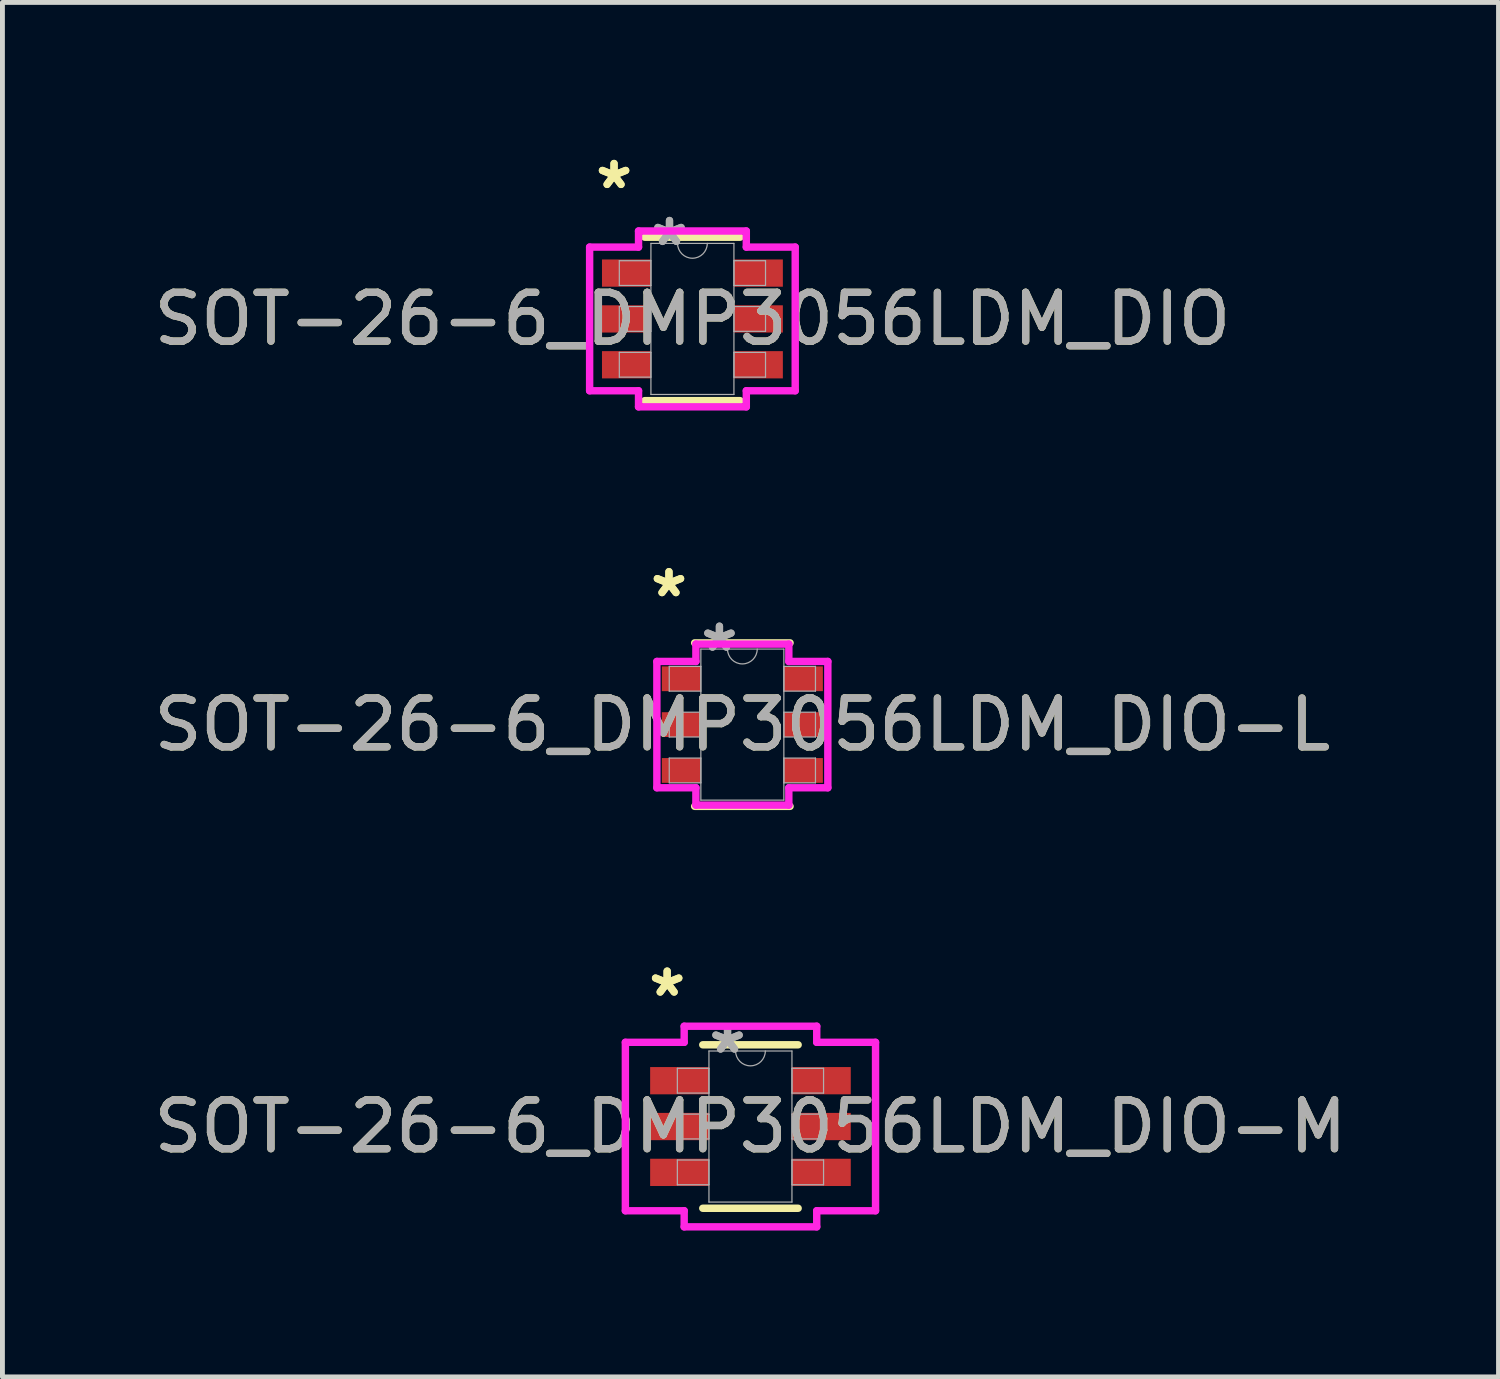
<source format=kicad_pcb>
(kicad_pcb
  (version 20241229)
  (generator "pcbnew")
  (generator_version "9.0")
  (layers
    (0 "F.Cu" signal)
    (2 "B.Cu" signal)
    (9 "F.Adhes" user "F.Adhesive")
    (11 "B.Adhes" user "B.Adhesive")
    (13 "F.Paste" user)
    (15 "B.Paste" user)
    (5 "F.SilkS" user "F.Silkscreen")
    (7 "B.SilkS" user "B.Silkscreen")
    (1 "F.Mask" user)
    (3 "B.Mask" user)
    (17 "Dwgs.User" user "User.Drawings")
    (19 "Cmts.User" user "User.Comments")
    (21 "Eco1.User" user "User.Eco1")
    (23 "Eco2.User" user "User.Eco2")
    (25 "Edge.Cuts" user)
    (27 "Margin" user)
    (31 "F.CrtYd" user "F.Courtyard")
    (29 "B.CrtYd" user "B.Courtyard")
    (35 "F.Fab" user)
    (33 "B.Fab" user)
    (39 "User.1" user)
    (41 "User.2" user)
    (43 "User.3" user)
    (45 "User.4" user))
  (footprint "SOT-26-6_DMP3056LDM_DIO-L"
    (layer "F.Cu")
    (at 12.173 11.809)
    (property "Reference" "SOT-26-6_DMP3056LDM_DIO-L" (at 0 0 0) (unlocked yes) (layer "F.SilkS") (effects (font (size 1 1) (thickness 0.15))))
    (attr smd)
    (fp_line (start -0.978 1.676) (end 0.978 1.676) (stroke (width 0.152) (type solid)) (layer "F.SilkS"))
    (fp_line (start 0.978 -1.676) (end -0.978 -1.676) (stroke (width 0.152) (type solid)) (layer "F.SilkS"))
    (fp_line (start -1.753 -1.295) (end -0.953 -1.295) (stroke (width 0.152) (type solid)) (layer "F.CrtYd"))
    (fp_line (start -1.753 1.295) (end -1.753 -1.295) (stroke (width 0.152) (type solid)) (layer "F.CrtYd"))
    (fp_line (start -1.753 1.295) (end -0.953 1.295) (stroke (width 0.152) (type solid)) (layer "F.CrtYd"))
    (fp_line (start -0.953 -1.651) (end 0.953 -1.651) (stroke (width 0.152) (type solid)) (layer "F.CrtYd"))
    (fp_line (start -0.953 -1.295) (end -0.953 -1.651) (stroke (width 0.152) (type solid)) (layer "F.CrtYd"))
    (fp_line (start -0.953 1.651) (end -0.953 1.295) (stroke (width 0.152) (type solid)) (layer "F.CrtYd"))
    (fp_line (start 0.953 -1.651) (end 0.953 -1.295) (stroke (width 0.152) (type solid)) (layer "F.CrtYd"))
    (fp_line (start 0.953 1.295) (end 0.953 1.651) (stroke (width 0.152) (type solid)) (layer "F.CrtYd"))
    (fp_line (start 0.953 1.651) (end -0.953 1.651) (stroke (width 0.152) (type solid)) (layer "F.CrtYd"))
    (fp_line (start 1.753 -1.295) (end 0.953 -1.295) (stroke (width 0.152) (type solid)) (layer "F.CrtYd"))
    (fp_line (start 1.753 -1.295) (end 1.753 1.295) (stroke (width 0.152) (type solid)) (layer "F.CrtYd"))
    (fp_line (start 1.753 1.295) (end 0.953 1.295) (stroke (width 0.152) (type solid)) (layer "F.CrtYd"))
    (fp_line (start -1.499 -1.194) (end -1.499 -0.686) (stroke (width 0.025) (type solid)) (layer "F.Fab"))
    (fp_line (start -1.499 -0.686) (end -0.851 -0.686) (stroke (width 0.025) (type solid)) (layer "F.Fab"))
    (fp_line (start -1.499 -0.254) (end -1.499 0.254) (stroke (width 0.025) (type solid)) (layer "F.Fab"))
    (fp_line (start -1.499 0.254) (end -0.851 0.254) (stroke (width 0.025) (type solid)) (layer "F.Fab"))
    (fp_line (start -1.499 0.686) (end -1.499 1.194) (stroke (width 0.025) (type solid)) (layer "F.Fab"))
    (fp_line (start -1.499 1.194) (end -0.851 1.194) (stroke (width 0.025) (type solid)) (layer "F.Fab"))
    (fp_line (start -0.851 -1.549) (end -0.851 1.549) (stroke (width 0.025) (type solid)) (layer "F.Fab"))
    (fp_line (start -0.851 -1.194) (end -1.499 -1.194) (stroke (width 0.025) (type solid)) (layer "F.Fab"))
    (fp_line (start -0.851 -0.686) (end -0.851 -1.194) (stroke (width 0.025) (type solid)) (layer "F.Fab"))
    (fp_line (start -0.851 -0.254) (end -1.499 -0.254) (stroke (width 0.025) (type solid)) (layer "F.Fab"))
    (fp_line (start -0.851 0.254) (end -0.851 -0.254) (stroke (width 0.025) (type solid)) (layer "F.Fab"))
    (fp_line (start -0.851 0.686) (end -1.499 0.686) (stroke (width 0.025) (type solid)) (layer "F.Fab"))
    (fp_line (start -0.851 1.194) (end -0.851 0.686) (stroke (width 0.025) (type solid)) (layer "F.Fab"))
    (fp_line (start -0.851 1.549) (end 0.851 1.549) (stroke (width 0.025) (type solid)) (layer "F.Fab"))
    (fp_line (start 0.851 -1.549) (end -0.851 -1.549) (stroke (width 0.025) (type solid)) (layer "F.Fab"))
    (fp_line (start 0.851 -1.194) (end 0.851 -0.686) (stroke (width 0.025) (type solid)) (layer "F.Fab"))
    (fp_line (start 0.851 -0.686) (end 1.499 -0.686) (stroke (width 0.025) (type solid)) (layer "F.Fab"))
    (fp_line (start 0.851 -0.254) (end 0.851 0.254) (stroke (width 0.025) (type solid)) (layer "F.Fab"))
    (fp_line (start 0.851 0.254) (end 1.499 0.254) (stroke (width 0.025) (type solid)) (layer "F.Fab"))
    (fp_line (start 0.851 0.686) (end 0.851 1.194) (stroke (width 0.025) (type solid)) (layer "F.Fab"))
    (fp_line (start 0.851 1.194) (end 1.499 1.194) (stroke (width 0.025) (type solid)) (layer "F.Fab"))
    (fp_line (start 0.851 1.549) (end 0.851 -1.549) (stroke (width 0.025) (type solid)) (layer "F.Fab"))
    (fp_line (start 1.499 -1.194) (end 0.851 -1.194) (stroke (width 0.025) (type solid)) (layer "F.Fab"))
    (fp_line (start 1.499 -0.686) (end 1.499 -1.194) (stroke (width 0.025) (type solid)) (layer "F.Fab"))
    (fp_line (start 1.499 -0.254) (end 0.851 -0.254) (stroke (width 0.025) (type solid)) (layer "F.Fab"))
    (fp_line (start 1.499 0.254) (end 1.499 -0.254) (stroke (width 0.025) (type solid)) (layer "F.Fab"))
    (fp_line (start 1.499 0.686) (end 0.851 0.686) (stroke (width 0.025) (type solid)) (layer "F.Fab"))
    (fp_line (start 1.499 1.194) (end 1.499 0.686) (stroke (width 0.025) (type solid)) (layer "F.Fab"))
    (fp_arc (start 0.3048 -1.5494) (mid 0 -1.2446) (end -0.3048 -1.5494) (stroke (width 0.0254) (type solid)) (layer "F.Fab"))
    (fp_text user "*" (at -1.505 -2.591 0) (layer "F.SilkS") (effects (font (size 1 1) (thickness 0.15))))
    (fp_text user "*" (at -1.505 -2.591 0) (unlocked yes) (layer "F.SilkS") (effects (font (size 1 1) (thickness 0.15))))
    (fp_text user "*" (at -0.47 -1.473 0) (unlocked yes) (layer "F.Fab") (effects (font (size 1 1) (thickness 0.15))))
    (fp_text user "${REFERENCE}" (at 0 0 0) (unlocked yes) (layer "F.Fab") (effects (font (size 1 1) (thickness 0.15))))
    (fp_text user "*" (at -0.47 -1.473 0) (layer "F.Fab") (effects (font (size 1 1) (thickness 0.15))))
    (pad "1" smd rect (at -1.251 -0.94) (size 0.8 0.508) (layers "F.Cu" "F.Mask" "F.Paste"))
    (pad "2" smd rect (at -1.251 0) (size 0.8 0.508) (layers "F.Cu" "F.Mask" "F.Paste"))
    (pad "3" smd rect (at -1.251 0.94) (size 0.8 0.508) (layers "F.Cu" "F.Mask" "F.Paste"))
    (pad "4" smd rect (at 1.251 0.94) (size 0.8 0.508) (layers "F.Cu" "F.Mask" "F.Paste"))
    (pad "5" smd rect (at 1.251 0) (size 0.8 0.508) (layers "F.Cu" "F.Mask" "F.Paste"))
    (pad "6" smd rect (at 1.251 -0.94) (size 0.8 0.508) (layers "F.Cu" "F.Mask" "F.Paste")))
  (footprint "SOT-26-6_DMP3056LDM_DIO"
    (layer "F.Cu")
    (at 11.149 3.49)
    (property "Reference" "SOT-26-6_DMP3056LDM_DIO" (at 0 0 0) (unlocked yes) (layer "F.SilkS") (effects (font (size 1 1) (thickness 0.15))))
    (attr smd)
    (fp_line (start -0.978 1.676) (end 0.978 1.676) (stroke (width 0.152) (type solid)) (layer "F.SilkS"))
    (fp_line (start 0.978 -1.676) (end -0.978 -1.676) (stroke (width 0.152) (type solid)) (layer "F.SilkS"))
    (fp_line (start -2.108 -1.473) (end -1.105 -1.473) (stroke (width 0.152) (type solid)) (layer "F.CrtYd"))
    (fp_line (start -2.108 1.473) (end -2.108 -1.473) (stroke (width 0.152) (type solid)) (layer "F.CrtYd"))
    (fp_line (start -2.108 1.473) (end -1.105 1.473) (stroke (width 0.152) (type solid)) (layer "F.CrtYd"))
    (fp_line (start -1.105 -1.803) (end 1.105 -1.803) (stroke (width 0.152) (type solid)) (layer "F.CrtYd"))
    (fp_line (start -1.105 -1.473) (end -1.105 -1.803) (stroke (width 0.152) (type solid)) (layer "F.CrtYd"))
    (fp_line (start -1.105 1.803) (end -1.105 1.473) (stroke (width 0.152) (type solid)) (layer "F.CrtYd"))
    (fp_line (start 1.105 -1.803) (end 1.105 -1.473) (stroke (width 0.152) (type solid)) (layer "F.CrtYd"))
    (fp_line (start 1.105 1.473) (end 1.105 1.803) (stroke (width 0.152) (type solid)) (layer "F.CrtYd"))
    (fp_line (start 1.105 1.803) (end -1.105 1.803) (stroke (width 0.152) (type solid)) (layer "F.CrtYd"))
    (fp_line (start 2.108 -1.473) (end 1.105 -1.473) (stroke (width 0.152) (type solid)) (layer "F.CrtYd"))
    (fp_line (start 2.108 -1.473) (end 2.108 1.473) (stroke (width 0.152) (type solid)) (layer "F.CrtYd"))
    (fp_line (start 2.108 1.473) (end 1.105 1.473) (stroke (width 0.152) (type solid)) (layer "F.CrtYd"))
    (fp_line (start -1.499 -1.194) (end -1.499 -0.686) (stroke (width 0.025) (type solid)) (layer "F.Fab"))
    (fp_line (start -1.499 -0.686) (end -0.851 -0.686) (stroke (width 0.025) (type solid)) (layer "F.Fab"))
    (fp_line (start -1.499 -0.254) (end -1.499 0.254) (stroke (width 0.025) (type solid)) (layer "F.Fab"))
    (fp_line (start -1.499 0.254) (end -0.851 0.254) (stroke (width 0.025) (type solid)) (layer "F.Fab"))
    (fp_line (start -1.499 0.686) (end -1.499 1.194) (stroke (width 0.025) (type solid)) (layer "F.Fab"))
    (fp_line (start -1.499 1.194) (end -0.851 1.194) (stroke (width 0.025) (type solid)) (layer "F.Fab"))
    (fp_line (start -0.851 -1.549) (end -0.851 1.549) (stroke (width 0.025) (type solid)) (layer "F.Fab"))
    (fp_line (start -0.851 -1.194) (end -1.499 -1.194) (stroke (width 0.025) (type solid)) (layer "F.Fab"))
    (fp_line (start -0.851 -0.686) (end -0.851 -1.194) (stroke (width 0.025) (type solid)) (layer "F.Fab"))
    (fp_line (start -0.851 -0.254) (end -1.499 -0.254) (stroke (width 0.025) (type solid)) (layer "F.Fab"))
    (fp_line (start -0.851 0.254) (end -0.851 -0.254) (stroke (width 0.025) (type solid)) (layer "F.Fab"))
    (fp_line (start -0.851 0.686) (end -1.499 0.686) (stroke (width 0.025) (type solid)) (layer "F.Fab"))
    (fp_line (start -0.851 1.194) (end -0.851 0.686) (stroke (width 0.025) (type solid)) (layer "F.Fab"))
    (fp_line (start -0.851 1.549) (end 0.851 1.549) (stroke (width 0.025) (type solid)) (layer "F.Fab"))
    (fp_line (start 0.851 -1.549) (end -0.851 -1.549) (stroke (width 0.025) (type solid)) (layer "F.Fab"))
    (fp_line (start 0.851 -1.194) (end 0.851 -0.686) (stroke (width 0.025) (type solid)) (layer "F.Fab"))
    (fp_line (start 0.851 -0.686) (end 1.499 -0.686) (stroke (width 0.025) (type solid)) (layer "F.Fab"))
    (fp_line (start 0.851 -0.254) (end 0.851 0.254) (stroke (width 0.025) (type solid)) (layer "F.Fab"))
    (fp_line (start 0.851 0.254) (end 1.499 0.254) (stroke (width 0.025) (type solid)) (layer "F.Fab"))
    (fp_line (start 0.851 0.686) (end 0.851 1.194) (stroke (width 0.025) (type solid)) (layer "F.Fab"))
    (fp_line (start 0.851 1.194) (end 1.499 1.194) (stroke (width 0.025) (type solid)) (layer "F.Fab"))
    (fp_line (start 0.851 1.549) (end 0.851 -1.549) (stroke (width 0.025) (type solid)) (layer "F.Fab"))
    (fp_line (start 1.499 -1.194) (end 0.851 -1.194) (stroke (width 0.025) (type solid)) (layer "F.Fab"))
    (fp_line (start 1.499 -0.686) (end 1.499 -1.194) (stroke (width 0.025) (type solid)) (layer "F.Fab"))
    (fp_line (start 1.499 -0.254) (end 0.851 -0.254) (stroke (width 0.025) (type solid)) (layer "F.Fab"))
    (fp_line (start 1.499 0.254) (end 1.499 -0.254) (stroke (width 0.025) (type solid)) (layer "F.Fab"))
    (fp_line (start 1.499 0.686) (end 0.851 0.686) (stroke (width 0.025) (type solid)) (layer "F.Fab"))
    (fp_line (start 1.499 1.194) (end 1.499 0.686) (stroke (width 0.025) (type solid)) (layer "F.Fab"))
    (fp_arc (start 0.3048 -1.5494) (mid 0 -1.2446) (end -0.3048 -1.5494) (stroke (width 0.0254) (type solid)) (layer "F.Fab"))
    (fp_text user "*" (at -1.607 -2.642 0) (unlocked yes) (layer "F.SilkS") (effects (font (size 1 1) (thickness 0.15))))
    (fp_text user "*" (at -1.607 -2.642 0) (layer "F.SilkS") (effects (font (size 1 1) (thickness 0.15))))
    (fp_text user "*" (at -0.47 -1.473 0) (unlocked yes) (layer "F.Fab") (effects (font (size 1 1) (thickness 0.15))))
    (fp_text user "${REFERENCE}" (at 0 0 0) (unlocked yes) (layer "F.Fab") (effects (font (size 1 1) (thickness 0.15))))
    (fp_text user "*" (at -0.47 -1.473 0) (layer "F.Fab") (effects (font (size 1 1) (thickness 0.15))))
    (pad "1" smd rect (at -1.353 -0.94) (size 1.003 0.559) (layers "F.Cu" "F.Mask" "F.Paste"))
    (pad "2" smd rect (at -1.353 0) (size 1.003 0.559) (layers "F.Cu" "F.Mask" "F.Paste"))
    (pad "3" smd rect (at -1.353 0.94) (size 1.003 0.559) (layers "F.Cu" "F.Mask" "F.Paste"))
    (pad "4" smd rect (at 1.353 0.94) (size 1.003 0.559) (layers "F.Cu" "F.Mask" "F.Paste"))
    (pad "5" smd rect (at 1.353 0) (size 1.003 0.559) (layers "F.Cu" "F.Mask" "F.Paste"))
    (pad "6" smd rect (at 1.353 -0.94) (size 1.003 0.559) (layers "F.Cu" "F.Mask" "F.Paste")))
  (footprint "SOT-26-6_DMP3056LDM_DIO-M"
    (layer "F.Cu")
    (at 12.339 20.051)
    (property "Reference" "SOT-26-6_DMP3056LDM_DIO-M" (at 0 0 0) (unlocked yes) (layer "F.SilkS") (effects (font (size 1 1) (thickness 0.15))))
    (attr smd)
    (fp_line (start -0.978 1.676) (end 0.978 1.676) (stroke (width 0.152) (type solid)) (layer "F.SilkS"))
    (fp_line (start 0.978 -1.676) (end -0.978 -1.676) (stroke (width 0.152) (type solid)) (layer "F.SilkS"))
    (fp_line (start -2.565 -1.727) (end -1.359 -1.727) (stroke (width 0.152) (type solid)) (layer "F.CrtYd"))
    (fp_line (start -2.565 1.727) (end -2.565 -1.727) (stroke (width 0.152) (type solid)) (layer "F.CrtYd"))
    (fp_line (start -2.565 1.727) (end -1.359 1.727) (stroke (width 0.152) (type solid)) (layer "F.CrtYd"))
    (fp_line (start -1.359 -2.057) (end 1.359 -2.057) (stroke (width 0.152) (type solid)) (layer "F.CrtYd"))
    (fp_line (start -1.359 -1.727) (end -1.359 -2.057) (stroke (width 0.152) (type solid)) (layer "F.CrtYd"))
    (fp_line (start -1.359 2.057) (end -1.359 1.727) (stroke (width 0.152) (type solid)) (layer "F.CrtYd"))
    (fp_line (start 1.359 -2.057) (end 1.359 -1.727) (stroke (width 0.152) (type solid)) (layer "F.CrtYd"))
    (fp_line (start 1.359 1.727) (end 1.359 2.057) (stroke (width 0.152) (type solid)) (layer "F.CrtYd"))
    (fp_line (start 1.359 2.057) (end -1.359 2.057) (stroke (width 0.152) (type solid)) (layer "F.CrtYd"))
    (fp_line (start 2.565 -1.727) (end 1.359 -1.727) (stroke (width 0.152) (type solid)) (layer "F.CrtYd"))
    (fp_line (start 2.565 -1.727) (end 2.565 1.727) (stroke (width 0.152) (type solid)) (layer "F.CrtYd"))
    (fp_line (start 2.565 1.727) (end 1.359 1.727) (stroke (width 0.152) (type solid)) (layer "F.CrtYd"))
    (fp_line (start -1.499 -1.194) (end -1.499 -0.686) (stroke (width 0.025) (type solid)) (layer "F.Fab"))
    (fp_line (start -1.499 -0.686) (end -0.851 -0.686) (stroke (width 0.025) (type solid)) (layer "F.Fab"))
    (fp_line (start -1.499 -0.254) (end -1.499 0.254) (stroke (width 0.025) (type solid)) (layer "F.Fab"))
    (fp_line (start -1.499 0.254) (end -0.851 0.254) (stroke (width 0.025) (type solid)) (layer "F.Fab"))
    (fp_line (start -1.499 0.686) (end -1.499 1.194) (stroke (width 0.025) (type solid)) (layer "F.Fab"))
    (fp_line (start -1.499 1.194) (end -0.851 1.194) (stroke (width 0.025) (type solid)) (layer "F.Fab"))
    (fp_line (start -0.851 -1.549) (end -0.851 1.549) (stroke (width 0.025) (type solid)) (layer "F.Fab"))
    (fp_line (start -0.851 -1.194) (end -1.499 -1.194) (stroke (width 0.025) (type solid)) (layer "F.Fab"))
    (fp_line (start -0.851 -0.686) (end -0.851 -1.194) (stroke (width 0.025) (type solid)) (layer "F.Fab"))
    (fp_line (start -0.851 -0.254) (end -1.499 -0.254) (stroke (width 0.025) (type solid)) (layer "F.Fab"))
    (fp_line (start -0.851 0.254) (end -0.851 -0.254) (stroke (width 0.025) (type solid)) (layer "F.Fab"))
    (fp_line (start -0.851 0.686) (end -1.499 0.686) (stroke (width 0.025) (type solid)) (layer "F.Fab"))
    (fp_line (start -0.851 1.194) (end -0.851 0.686) (stroke (width 0.025) (type solid)) (layer "F.Fab"))
    (fp_line (start -0.851 1.549) (end 0.851 1.549) (stroke (width 0.025) (type solid)) (layer "F.Fab"))
    (fp_line (start 0.851 -1.549) (end -0.851 -1.549) (stroke (width 0.025) (type solid)) (layer "F.Fab"))
    (fp_line (start 0.851 -1.194) (end 0.851 -0.686) (stroke (width 0.025) (type solid)) (layer "F.Fab"))
    (fp_line (start 0.851 -0.686) (end 1.499 -0.686) (stroke (width 0.025) (type solid)) (layer "F.Fab"))
    (fp_line (start 0.851 -0.254) (end 0.851 0.254) (stroke (width 0.025) (type solid)) (layer "F.Fab"))
    (fp_line (start 0.851 0.254) (end 1.499 0.254) (stroke (width 0.025) (type solid)) (layer "F.Fab"))
    (fp_line (start 0.851 0.686) (end 0.851 1.194) (stroke (width 0.025) (type solid)) (layer "F.Fab"))
    (fp_line (start 0.851 1.194) (end 1.499 1.194) (stroke (width 0.025) (type solid)) (layer "F.Fab"))
    (fp_line (start 0.851 1.549) (end 0.851 -1.549) (stroke (width 0.025) (type solid)) (layer "F.Fab"))
    (fp_line (start 1.499 -1.194) (end 0.851 -1.194) (stroke (width 0.025) (type solid)) (layer "F.Fab"))
    (fp_line (start 1.499 -0.686) (end 1.499 -1.194) (stroke (width 0.025) (type solid)) (layer "F.Fab"))
    (fp_line (start 1.499 -0.254) (end 0.851 -0.254) (stroke (width 0.025) (type solid)) (layer "F.Fab"))
    (fp_line (start 1.499 0.254) (end 1.499 -0.254) (stroke (width 0.025) (type solid)) (layer "F.Fab"))
    (fp_line (start 1.499 0.686) (end 0.851 0.686) (stroke (width 0.025) (type solid)) (layer "F.Fab"))
    (fp_line (start 1.499 1.194) (end 1.499 0.686) (stroke (width 0.025) (type solid)) (layer "F.Fab"))
    (fp_arc (start 0.3048 -1.5494) (mid 0 -1.2446) (end -0.3048 -1.5494) (stroke (width 0.0254) (type solid)) (layer "F.Fab"))
    (fp_text user "*" (at -1.708 -2.642 0) (layer "F.SilkS") (effects (font (size 1 1) (thickness 0.15))))
    (fp_text user "*" (at -1.708 -2.642 0) (unlocked yes) (layer "F.SilkS") (effects (font (size 1 1) (thickness 0.15))))
    (fp_text user "${REFERENCE}" (at 0 0 0) (unlocked yes) (layer "F.Fab") (effects (font (size 1 1) (thickness 0.15))))
    (fp_text user "*" (at -0.47 -1.473 0) (layer "F.Fab") (effects (font (size 1 1) (thickness 0.15))))
    (fp_text user "*" (at -0.47 -1.473 0) (unlocked yes) (layer "F.Fab") (effects (font (size 1 1) (thickness 0.15))))
    (pad "1" smd rect (at -1.454 -0.94) (size 1.206 0.559) (layers "F.Cu" "F.Mask" "F.Paste"))
    (pad "2" smd rect (at -1.454 0) (size 1.206 0.559) (layers "F.Cu" "F.Mask" "F.Paste"))
    (pad "3" smd rect (at -1.454 0.94) (size 1.206 0.559) (layers "F.Cu" "F.Mask" "F.Paste"))
    (pad "4" smd rect (at 1.454 0.94) (size 1.206 0.559) (layers "F.Cu" "F.Mask" "F.Paste"))
    (pad "5" smd rect (at 1.454 0) (size 1.206 0.559) (layers "F.Cu" "F.Mask" "F.Paste"))
    (pad "6" smd rect (at 1.454 -0.94) (size 1.206 0.559) (layers "F.Cu" "F.Mask" "F.Paste")))
  (gr_rect
    (start -3 -3)
    (end 27.679 25.185)
    (stroke (width 0.1) (type default))
    (fill no)
    (layer "Edge.Cuts")))
</source>
